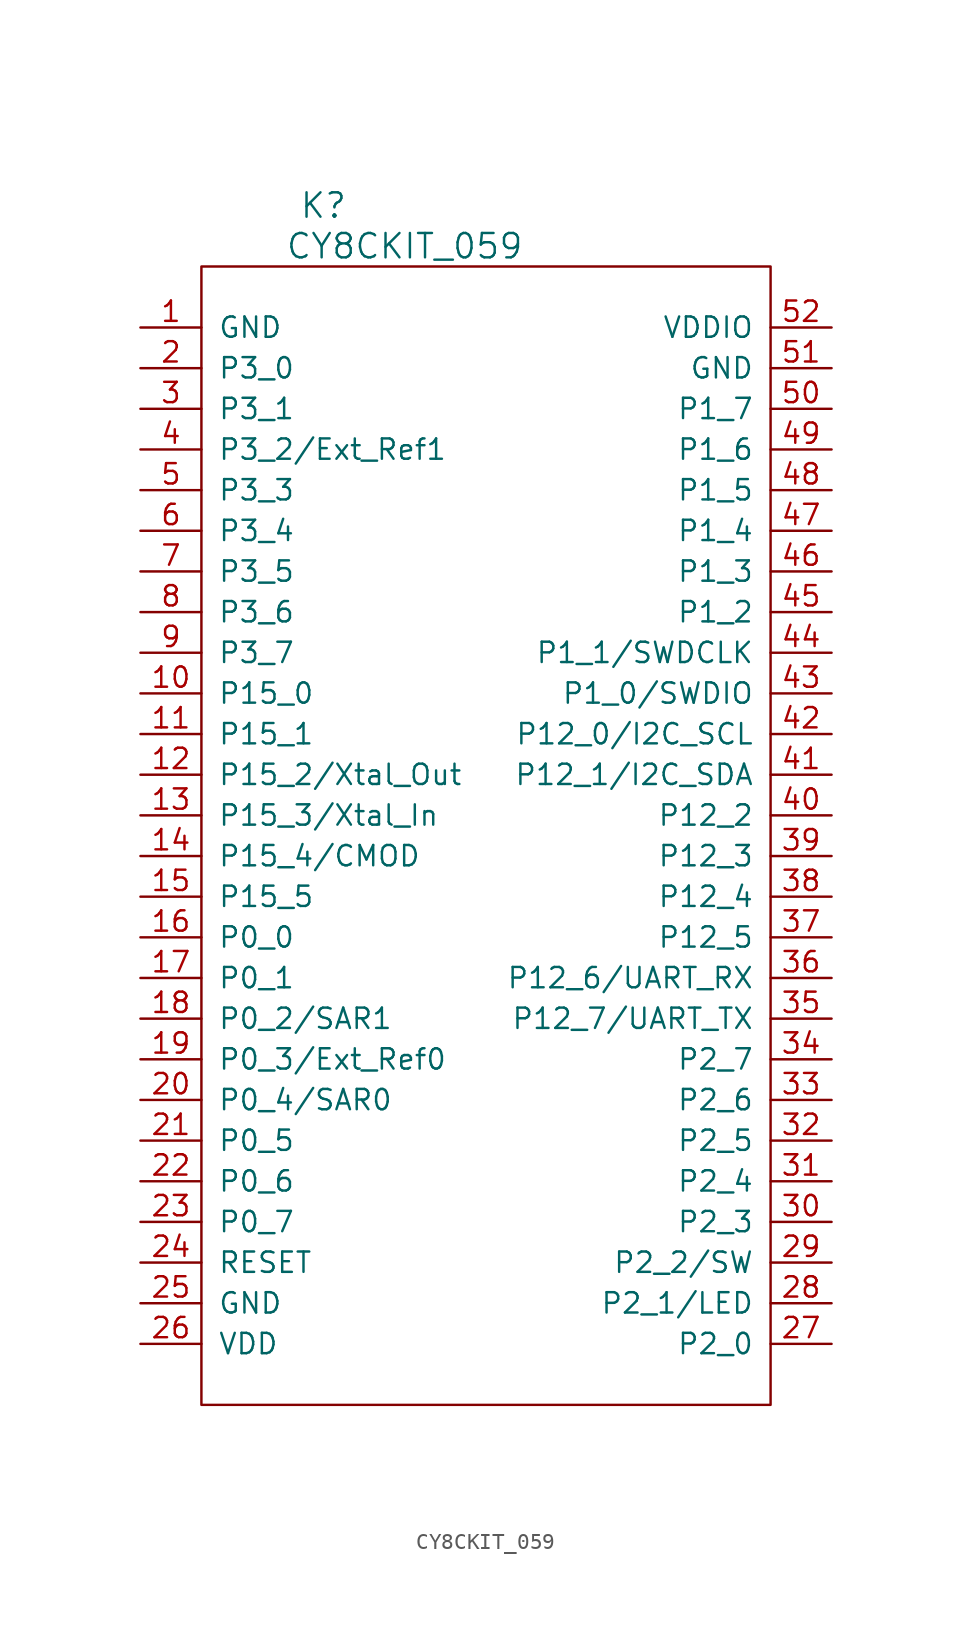
<source format=kicad_sym>
(kicad_symbol_lib
  (version 20220914)
  (generator kicad_symbol_editor)
  (symbol "CY8CKIT_059"
    (pin_names
      (offset 1.016))
    (property "Reference" "K"
      (at -10.16 39.37 0)
      (effects (font (size 1.524 1.524))))
    (property "Value" "CY8CKIT_059"
      (at -5.08 36.83 0)
      (effects (font (size 1.524 1.524))))
    (symbol "CY8CKIT_059_0_1"
      (rectangle (start -17.78 35.56) (end 17.78 -35.56) (stroke (width 0) (type default)) (fill (type none))))
    (symbol "CY8CKIT_059_1_1"
      (pin input line (at -21.59 31.75 0) (length 3.81) (name "GND" (effects (font (size 1.27 1.27)))) (number "1" (effects (font (size 1.27 1.27)))))
      (pin input line (at -21.59 8.89 0) (length 3.81) (name "P15_0" (effects (font (size 1.27 1.27)))) (number "10" (effects (font (size 1.27 1.27)))))
      (pin input line (at -21.59 6.35 0) (length 3.81) (name "P15_1" (effects (font (size 1.27 1.27)))) (number "11" (effects (font (size 1.27 1.27)))))
      (pin input line (at -21.59 3.81 0) (length 3.81) (name "P15_2/Xtal_Out" (effects (font (size 1.27 1.27)))) (number "12" (effects (font (size 1.27 1.27)))))
      (pin input line (at -21.59 1.27 0) (length 3.81) (name "P15_3/Xtal_In" (effects (font (size 1.27 1.27)))) (number "13" (effects (font (size 1.27 1.27)))))
      (pin input line (at -21.59 -1.27 0) (length 3.81) (name "P15_4/CMOD" (effects (font (size 1.27 1.27)))) (number "14" (effects (font (size 1.27 1.27)))))
      (pin input line (at -21.59 -3.81 0) (length 3.81) (name "P15_5" (effects (font (size 1.27 1.27)))) (number "15" (effects (font (size 1.27 1.27)))))
      (pin input line (at -21.59 -6.35 0) (length 3.81) (name "P0_0" (effects (font (size 1.27 1.27)))) (number "16" (effects (font (size 1.27 1.27)))))
      (pin input line (at -21.59 -8.89 0) (length 3.81) (name "P0_1" (effects (font (size 1.27 1.27)))) (number "17" (effects (font (size 1.27 1.27)))))
      (pin input line (at -21.59 -11.43 0) (length 3.81) (name "P0_2/SAR1" (effects (font (size 1.27 1.27)))) (number "18" (effects (font (size 1.27 1.27)))))
      (pin input line (at -21.59 -13.97 0) (length 3.81) (name "P0_3/Ext_Ref0" (effects (font (size 1.27 1.27)))) (number "19" (effects (font (size 1.27 1.27)))))
      (pin input line (at -21.59 29.21 0) (length 3.81) (name "P3_0" (effects (font (size 1.27 1.27)))) (number "2" (effects (font (size 1.27 1.27)))))
      (pin input line (at -21.59 -16.51 0) (length 3.81) (name "P0_4/SAR0" (effects (font (size 1.27 1.27)))) (number "20" (effects (font (size 1.27 1.27)))))
      (pin input line (at -21.59 -19.05 0) (length 3.81) (name "P0_5" (effects (font (size 1.27 1.27)))) (number "21" (effects (font (size 1.27 1.27)))))
      (pin input line (at -21.59 -21.59 0) (length 3.81) (name "P0_6" (effects (font (size 1.27 1.27)))) (number "22" (effects (font (size 1.27 1.27)))))
      (pin input line (at -21.59 -24.13 0) (length 3.81) (name "P0_7" (effects (font (size 1.27 1.27)))) (number "23" (effects (font (size 1.27 1.27)))))
      (pin input line (at -21.59 -26.67 0) (length 3.81) (name "RESET" (effects (font (size 1.27 1.27)))) (number "24" (effects (font (size 1.27 1.27)))))
      (pin input line (at -21.59 -29.21 0) (length 3.81) (name "GND" (effects (font (size 1.27 1.27)))) (number "25" (effects (font (size 1.27 1.27)))))
      (pin input line (at -21.59 -31.75 0) (length 3.81) (name "VDD" (effects (font (size 1.27 1.27)))) (number "26" (effects (font (size 1.27 1.27)))))
      (pin input line (at 21.59 -31.75 180) (length 3.81) (name "P2_0" (effects (font (size 1.27 1.27)))) (number "27" (effects (font (size 1.27 1.27)))))
      (pin input line (at 21.59 -29.21 180) (length 3.81) (name "P2_1/LED" (effects (font (size 1.27 1.27)))) (number "28" (effects (font (size 1.27 1.27)))))
      (pin input line (at 21.59 -26.67 180) (length 3.81) (name "P2_2/SW" (effects (font (size 1.27 1.27)))) (number "29" (effects (font (size 1.27 1.27)))))
      (pin input line (at -21.59 26.67 0) (length 3.81) (name "P3_1" (effects (font (size 1.27 1.27)))) (number "3" (effects (font (size 1.27 1.27)))))
      (pin input line (at 21.59 -24.13 180) (length 3.81) (name "P2_3" (effects (font (size 1.27 1.27)))) (number "30" (effects (font (size 1.27 1.27)))))
      (pin input line (at 21.59 -21.59 180) (length 3.81) (name "P2_4" (effects (font (size 1.27 1.27)))) (number "31" (effects (font (size 1.27 1.27)))))
      (pin input line (at 21.59 -19.05 180) (length 3.81) (name "P2_5" (effects (font (size 1.27 1.27)))) (number "32" (effects (font (size 1.27 1.27)))))
      (pin input line (at 21.59 -16.51 180) (length 3.81) (name "P2_6" (effects (font (size 1.27 1.27)))) (number "33" (effects (font (size 1.27 1.27)))))
      (pin input line (at 21.59 -13.97 180) (length 3.81) (name "P2_7" (effects (font (size 1.27 1.27)))) (number "34" (effects (font (size 1.27 1.27)))))
      (pin input line (at 21.59 -11.43 180) (length 3.81) (name "P12_7/UART_TX" (effects (font (size 1.27 1.27)))) (number "35" (effects (font (size 1.27 1.27)))))
      (pin input line (at 21.59 -8.89 180) (length 3.81) (name "P12_6/UART_RX" (effects (font (size 1.27 1.27)))) (number "36" (effects (font (size 1.27 1.27)))))
      (pin input line (at 21.59 -6.35 180) (length 3.81) (name "P12_5" (effects (font (size 1.27 1.27)))) (number "37" (effects (font (size 1.27 1.27)))))
      (pin input line (at 21.59 -3.81 180) (length 3.81) (name "P12_4" (effects (font (size 1.27 1.27)))) (number "38" (effects (font (size 1.27 1.27)))))
      (pin input line (at 21.59 -1.27 180) (length 3.81) (name "P12_3" (effects (font (size 1.27 1.27)))) (number "39" (effects (font (size 1.27 1.27)))))
      (pin input line (at -21.59 24.13 0) (length 3.81) (name "P3_2/Ext_Ref1" (effects (font (size 1.27 1.27)))) (number "4" (effects (font (size 1.27 1.27)))))
      (pin input line (at 21.59 1.27 180) (length 3.81) (name "P12_2" (effects (font (size 1.27 1.27)))) (number "40" (effects (font (size 1.27 1.27)))))
      (pin input line (at 21.59 3.81 180) (length 3.81) (name "P12_1/I2C_SDA" (effects (font (size 1.27 1.27)))) (number "41" (effects (font (size 1.27 1.27)))))
      (pin input line (at 21.59 6.35 180) (length 3.81) (name "P12_0/I2C_SCL" (effects (font (size 1.27 1.27)))) (number "42" (effects (font (size 1.27 1.27)))))
      (pin input line (at 21.59 8.89 180) (length 3.81) (name "P1_0/SWDIO" (effects (font (size 1.27 1.27)))) (number "43" (effects (font (size 1.27 1.27)))))
      (pin input line (at 21.59 11.43 180) (length 3.81) (name "P1_1/SWDCLK" (effects (font (size 1.27 1.27)))) (number "44" (effects (font (size 1.27 1.27)))))
      (pin input line (at 21.59 13.97 180) (length 3.81) (name "P1_2" (effects (font (size 1.27 1.27)))) (number "45" (effects (font (size 1.27 1.27)))))
      (pin input line (at 21.59 16.51 180) (length 3.81) (name "P1_3" (effects (font (size 1.27 1.27)))) (number "46" (effects (font (size 1.27 1.27)))))
      (pin input line (at 21.59 19.05 180) (length 3.81) (name "P1_4" (effects (font (size 1.27 1.27)))) (number "47" (effects (font (size 1.27 1.27)))))
      (pin input line (at 21.59 21.59 180) (length 3.81) (name "P1_5" (effects (font (size 1.27 1.27)))) (number "48" (effects (font (size 1.27 1.27)))))
      (pin input line (at 21.59 24.13 180) (length 3.81) (name "P1_6" (effects (font (size 1.27 1.27)))) (number "49" (effects (font (size 1.27 1.27)))))
      (pin input line (at -21.59 21.59 0) (length 3.81) (name "P3_3" (effects (font (size 1.27 1.27)))) (number "5" (effects (font (size 1.27 1.27)))))
      (pin input line (at 21.59 26.67 180) (length 3.81) (name "P1_7" (effects (font (size 1.27 1.27)))) (number "50" (effects (font (size 1.27 1.27)))))
      (pin input line (at 21.59 29.21 180) (length 3.81) (name "GND" (effects (font (size 1.27 1.27)))) (number "51" (effects (font (size 1.27 1.27)))))
      (pin input line (at 21.59 31.75 180) (length 3.81) (name "VDDIO" (effects (font (size 1.27 1.27)))) (number "52" (effects (font (size 1.27 1.27)))))
      (pin input line (at -21.59 19.05 0) (length 3.81) (name "P3_4" (effects (font (size 1.27 1.27)))) (number "6" (effects (font (size 1.27 1.27)))))
      (pin input line (at -21.59 16.51 0) (length 3.81) (name "P3_5" (effects (font (size 1.27 1.27)))) (number "7" (effects (font (size 1.27 1.27)))))
      (pin input line (at -21.59 13.97 0) (length 3.81) (name "P3_6" (effects (font (size 1.27 1.27)))) (number "8" (effects (font (size 1.27 1.27)))))
      (pin input line (at -21.59 11.43 0) (length 3.81) (name "P3_7" (effects (font (size 1.27 1.27)))) (number "9" (effects (font (size 1.27 1.27))))))))
</source>
